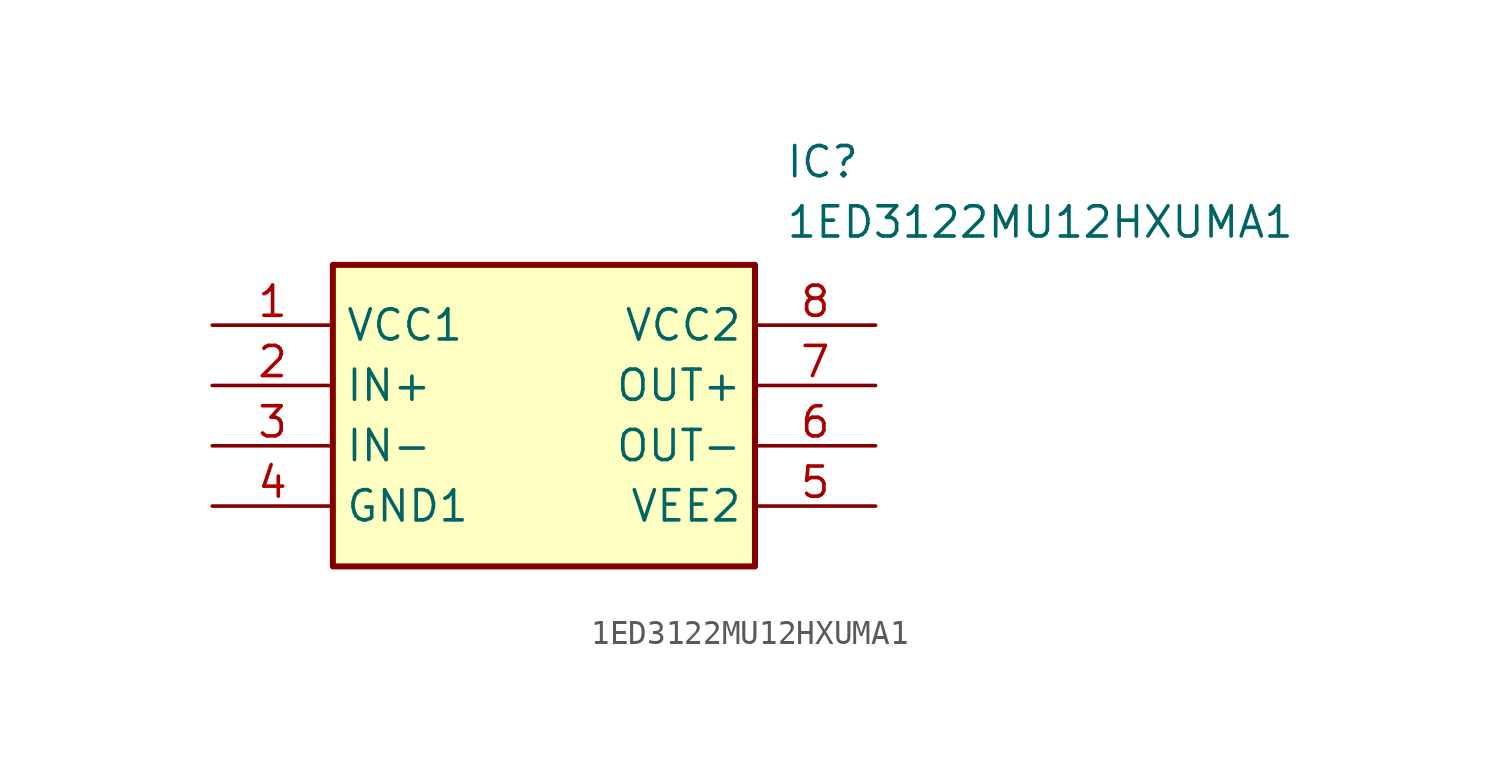
<source format=kicad_sym>
(kicad_symbol_lib
  (version 20211014)
  (generator SamacSys_ECAD_Model)
  (symbol "1ED3122MU12HXUMA1"
    (property "Reference" "IC"
      (at 24.13 7.62 0)
      (effects (font (size 1.27 1.27)) (justify left top)))
    (property "Value" "1ED3122MU12HXUMA1"
      (at 24.13 5.08 0)
      (effects (font (size 1.27 1.27)) (justify left top)))
    (rectangle
      (start 5.08 2.54)
      (end 22.86 -10.16)
      (stroke (width 0.254) (type default))
      (fill (type background)))
    (pin passive line
      (at 0 0 0)
      (length 5.08)
      (name "VCC1" (effects (font (size 1.27 1.27))))
      (number "1" (effects (font (size 1.27 1.27)))))
    (pin passive line
      (at 0 -2.54 0)
      (length 5.08)
      (name "IN+" (effects (font (size 1.27 1.27))))
      (number "2" (effects (font (size 1.27 1.27)))))
    (pin passive line
      (at 0 -5.08 0)
      (length 5.08)
      (name "IN-" (effects (font (size 1.27 1.27))))
      (number "3" (effects (font (size 1.27 1.27)))))
    (pin passive line
      (at 0 -7.62 0)
      (length 5.08)
      (name "GND1" (effects (font (size 1.27 1.27))))
      (number "4" (effects (font (size 1.27 1.27)))))
    (pin passive line
      (at 27.94 0 180)
      (length 5.08)
      (name "VCC2" (effects (font (size 1.27 1.27))))
      (number "8" (effects (font (size 1.27 1.27)))))
    (pin passive line
      (at 27.94 -2.54 180)
      (length 5.08)
      (name "OUT+" (effects (font (size 1.27 1.27))))
      (number "7" (effects (font (size 1.27 1.27)))))
    (pin passive line
      (at 27.94 -5.08 180)
      (length 5.08)
      (name "OUT-" (effects (font (size 1.27 1.27))))
      (number "6" (effects (font (size 1.27 1.27)))))
    (pin passive line
      (at 27.94 -7.62 180)
      (length 5.08)
      (name "VEE2" (effects (font (size 1.27 1.27))))
      (number "5" (effects (font (size 1.27 1.27)))))))
</source>
